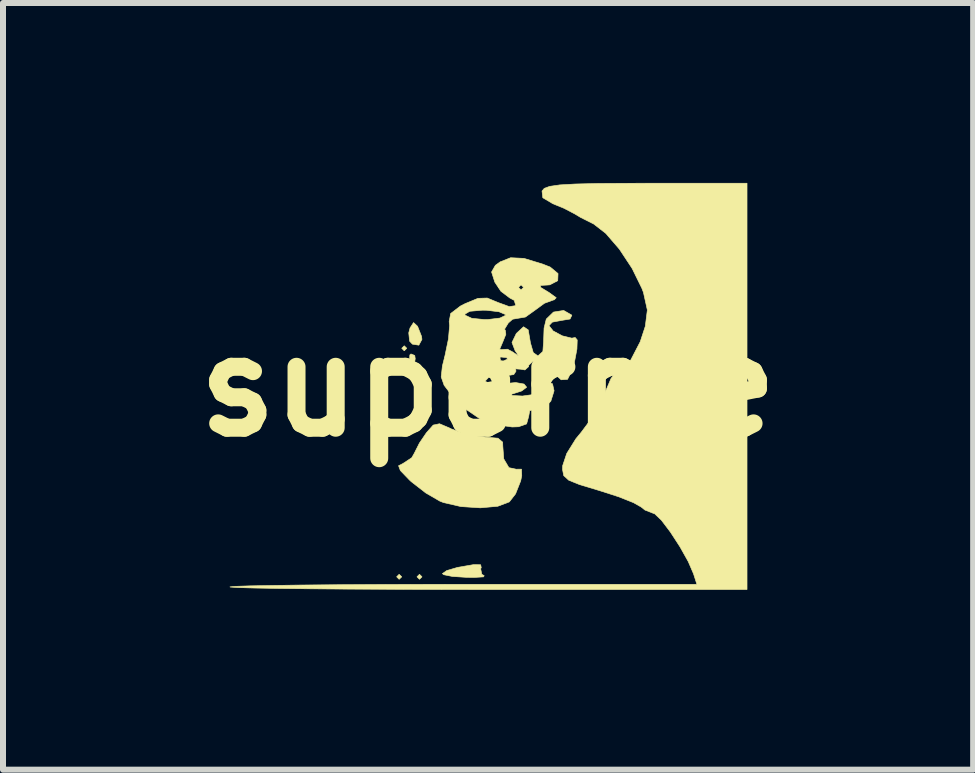
<source format=kicad_pcb>
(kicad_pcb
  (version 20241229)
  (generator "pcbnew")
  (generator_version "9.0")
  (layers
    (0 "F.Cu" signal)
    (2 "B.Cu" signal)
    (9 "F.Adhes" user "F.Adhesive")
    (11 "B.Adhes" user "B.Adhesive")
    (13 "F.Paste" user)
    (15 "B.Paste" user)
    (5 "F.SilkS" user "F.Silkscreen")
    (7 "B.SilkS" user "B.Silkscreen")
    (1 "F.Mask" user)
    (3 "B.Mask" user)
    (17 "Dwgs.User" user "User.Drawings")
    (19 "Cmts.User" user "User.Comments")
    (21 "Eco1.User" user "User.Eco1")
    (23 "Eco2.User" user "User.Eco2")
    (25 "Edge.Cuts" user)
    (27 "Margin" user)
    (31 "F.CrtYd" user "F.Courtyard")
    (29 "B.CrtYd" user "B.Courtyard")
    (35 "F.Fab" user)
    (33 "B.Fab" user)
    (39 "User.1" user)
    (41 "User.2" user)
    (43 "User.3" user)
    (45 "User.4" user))
  (footprint "superme"
    (layer "F.Cu")
    (at 5.087 3.392)
    (property "Reference" "superme" (at 0 0 0) (layer "F.SilkS") (effects (font (size 1.524 1.524) (thickness 0.3))))
    (attr through_hole)
    (fp_poly (pts (xy -1.439 3.175) (xy -1.482 3.217) (xy -1.524 3.175) (xy -1.482 3.133) (xy -1.439 3.175)) (stroke (width 0.01) (type solid)) (fill yes) (layer "F.SilkS"))
    (fp_poly (pts (xy -1.355 -0.635) (xy -1.397 -0.593) (xy -1.439 -0.635) (xy -1.397 -0.677) (xy -1.355 -0.635)) (stroke (width 0.01) (type solid)) (fill yes) (layer "F.SilkS"))
    (fp_poly (pts (xy -1.101 3.175) (xy -1.143 3.217) (xy -1.185 3.175) (xy -1.143 3.133) (xy -1.101 3.175)) (stroke (width 0.01) (type solid)) (fill yes) (layer "F.SilkS"))
    (fp_poly (pts (xy -1.222 -0.516) (xy -1.214 -0.462) (xy -1.232 -0.347) (xy -1.293 -0.394) (xy -1.309 -0.417) (xy -1.304 -0.524) (xy -1.285 -0.541) (xy -1.222 -0.516)) (stroke (width 0.01) (type solid)) (fill yes) (layer "F.SilkS"))
    (fp_poly (pts (xy -1.175 -1.002) (xy -1.109 -0.835) (xy -1.102 -0.783) (xy -1.154 -0.687) (xy -1.261 -0.704) (xy -1.308 -0.754) (xy -1.322 -0.892) (xy -1.301 -0.973) (xy -1.242 -1.064) (xy -1.175 -1.002)) (stroke (width 0.01) (type solid)) (fill yes) (layer "F.SilkS"))
    (fp_poly (pts (xy -0.123 2.974) (xy -0.113 3.023) (xy -0.123 3.041) (xy -0.104 3.133) (xy -0.064 3.156) (xy -0.075 3.176) (xy -0.221 3.185) (xy -0.359 3.184) (xy -0.594 3.169) (xy -0.739 3.14) (xy -0.761 3.122) (xy -0.689 3.071) (xy -0.511 3.019) (xy -0.497 3.016) (xy -0.242 2.972) (xy -0.123 2.974)) (stroke (width 0.01) (type solid)) (fill yes) (layer "F.SilkS"))
    (fp_poly (pts (xy -0.638 0.696) (xy -0.611 0.71) (xy -0.334 0.807) (xy -0.041 0.847) (xy 0.166 0.864) (xy 0.244 0.93) (xy 0.246 0.995) (xy 0.262 1.209) (xy 0.348 1.355) (xy 0.474 1.382) (xy 0.477 1.381) (xy 0.558 1.38) (xy 0.562 1.491) (xy 0.544 1.577) (xy 0.459 1.792) (xy 0.355 1.926) (xy 0.162 1.999) (xy -0.128 2.025) (xy -0.452 2.004) (xy -0.743 1.937) (xy -0.804 1.913) (xy -1.038 1.777) (xy -1.28 1.589) (xy -1.312 1.559) (xy -1.462 1.403) (xy -1.492 1.323) (xy -1.422 1.288) (xy -1.272 1.19) (xy -1.23 1.116) (xy -1.144 0.945) (xy -1.028 0.774) (xy -0.914 0.645) (xy -0.809 0.623) (xy -0.638 0.696)) (stroke (width 0.01) (type solid)) (fill yes) (layer "F.SilkS"))
    (fp_poly (pts (xy 4.318 3.387) (xy -0.014 3.387) (xy -0.851 3.386) (xy -1.633 3.383) (xy -2.344 3.38) (xy -2.97 3.375) (xy -3.493 3.369) (xy -3.9 3.362) (xy -4.173 3.354) (xy -4.297 3.346) (xy -4.303 3.343) (xy -4.212 3.334) (xy -3.969 3.326) (xy -3.59 3.319) (xy -3.093 3.312) (xy -2.495 3.307) (xy -1.813 3.303) (xy -1.063 3.301) (xy -0.389 3.3) (xy 3.482 3.3) (xy 3.426 3.125) (xy 3.338 2.921) (xy 3.2 2.675) (xy 3.041 2.43) (xy 2.891 2.232) (xy 2.779 2.125) (xy 2.756 2.117) (xy 2.616 2.062) (xy 2.554 2.012) (xy 2.425 1.939) (xy 2.182 1.842) (xy 1.875 1.743) (xy 1.839 1.732) (xy 1.527 1.638) (xy 1.346 1.565) (xy 1.262 1.488) (xy 1.242 1.386) (xy 1.244 1.323) (xy 1.312 1.119) (xy 1.465 0.873) (xy 1.557 0.761) (xy 1.756 0.494) (xy 1.914 0.201) (xy 1.955 0.092) (xy 2.051 -0.133) (xy 2.166 -0.277) (xy 2.201 -0.296) (xy 2.379 -0.439) (xy 2.538 -0.746) (xy 2.622 -1.002) (xy 2.656 -1.273) (xy 2.591 -1.567) (xy 2.564 -1.637) (xy 2.402 -1.967) (xy 2.19 -2.288) (xy 1.963 -2.551) (xy 1.759 -2.709) (xy 1.744 -2.716) (xy 1.541 -2.818) (xy 1.439 -2.879) (xy 1.265 -2.97) (xy 1.081 -3.045) (xy 0.913 -3.145) (xy 0.9 -3.257) (xy 0.938 -3.302) (xy 1.029 -3.335) (xy 1.194 -3.359) (xy 1.454 -3.374) (xy 1.83 -3.383) (xy 2.345 -3.386) (xy 2.634 -3.387) (xy 4.318 -3.387) (xy 4.318 3.387)) (stroke (width 0.01) (type solid)) (fill yes) (layer "F.SilkS"))
    (fp_poly (pts (xy 0.6 -2.134) (xy 0.911 -2.039) (xy 1.037 -1.989) (xy 1.167 -1.881) (xy 1.162 -1.762) (xy 1.03 -1.693) (xy 0.995 -1.69) (xy 0.869 -1.683) (xy 0.88 -1.648) (xy 1.016 -1.566) (xy 1.137 -1.478) (xy 1.104 -1.443) (xy 1.095 -1.442) (xy 0.941 -1.386) (xy 0.777 -1.266) (xy 0.623 -1.156) (xy 0.516 -1.138) (xy 0.41 -1.12) (xy 0.338 -1.057) (xy 0.276 -0.955) (xy 0.289 -0.931) (xy 0.297 -0.868) (xy 0.246 -0.741) (xy 0.195 -0.622) (xy 0.214 -0.613) (xy 0.325 -0.62) (xy 0.416 -0.571) (xy 0.505 -0.508) (xy 0.476 -0.561) (xy 0.452 -0.593) (xy 0.399 -0.732) (xy 0.472 -0.883) (xy 0.592 -0.994) (xy 0.67 -0.942) (xy 0.707 -0.726) (xy 0.707 -0.725) (xy 0.754 -0.563) (xy 0.832 -0.508) (xy 0.914 -0.582) (xy 0.926 -0.741) (xy 0.934 -0.972) (xy 0.971 -1.122) (xy 1.091 -1.239) (xy 1.261 -1.266) (xy 1.395 -1.189) (xy 1.397 -1.185) (xy 1.367 -1.123) (xy 1.233 -1.101) (xy 1.071 -1.071) (xy 1.016 -1.013) (xy 1.086 -0.924) (xy 1.24 -0.842) (xy 1.397 -0.804) (xy 1.453 -0.815) (xy 1.487 -0.774) (xy 1.482 -0.621) (xy 1.441 -0.405) (xy 1.405 -0.275) (xy 1.325 -0.117) (xy 1.219 -0.11) (xy 1.059 -0.253) (xy 1.058 -0.254) (xy 0.896 -0.383) (xy 0.754 -0.42) (xy 0.68 -0.356) (xy 0.677 -0.33) (xy 0.615 -0.274) (xy 0.546 -0.286) (xy 0.459 -0.292) (xy 0.466 -0.253) (xy 0.429 -0.197) (xy 0.258 -0.17) (xy 0.212 -0.169) (xy 0.009 -0.149) (xy -0.045 -0.091) (xy -0.039 -0.08) (xy 0.077 -0.03) (xy 0.26 -0.044) (xy 0.461 -0.064) (xy 0.6 -0.039) (xy 0.644 0.014) (xy 0.562 0.076) (xy 0.507 0.094) (xy 0.382 0.134) (xy 0.403 0.152) (xy 0.574 0.161) (xy 0.804 0.129) (xy 0.901 0.042) (xy 0.991 -0.075) (xy 1.075 -0.043) (xy 1.101 0.074) (xy 1.047 0.247) (xy 0.924 0.371) (xy 0.787 0.394) (xy 0.766 0.383) (xy 0.695 0.406) (xy 0.677 0.503) (xy 0.643 0.626) (xy 0.51 0.673) (xy 0.402 0.677) (xy 0.122 0.636) (xy -0.127 0.547) (xy -0.354 0.392) (xy -0.577 0.182) (xy -0.602 0.152) (xy -0.732 -0.018) (xy -0.781 -0.158) (xy -0.761 -0.34) (xy -0.726 -0.48) (xy 0.198 -0.48) (xy 0.209 -0.429) (xy 0.254 -0.423) (xy 0.324 -0.454) (xy 0.31 -0.48) (xy 0.21 -0.49) (xy 0.198 -0.48) (xy -0.726 -0.48) (xy -0.716 -0.522) (xy -0.66 -0.792) (xy -0.641 -1.013) (xy -0.648 -1.082) (xy -0.625 -1.204) (xy -0.386 -1.204) (xy -0.381 -1.186) (xy -0.271 -1.135) (xy -0.061 -1.114) (xy 0.001 -1.115) (xy 0.198 -1.139) (xy 0.289 -1.183) (xy 0.288 -1.199) (xy 0.183 -1.244) (xy -0.025 -1.269) (xy -0.095 -1.27) (xy -0.305 -1.252) (xy -0.386 -1.204) (xy -0.625 -1.204) (xy -0.624 -1.214) (xy -0.461 -1.339) (xy -0.383 -1.379) (xy -0.168 -1.468) (xy -0.013 -1.473) (xy 0.165 -1.399) (xy 0.168 -1.398) (xy 0.354 -1.33) (xy 0.46 -1.346) (xy 0.462 -1.349) (xy 0.437 -1.434) (xy 0.361 -1.475) (xy 0.215 -1.585) (xy 0.171 -1.651) (xy 0.508 -1.651) (xy 0.55 -1.609) (xy 0.593 -1.651) (xy 0.55 -1.693) (xy 0.508 -1.651) (xy 0.171 -1.651) (xy 0.113 -1.738) (xy 0.059 -1.907) (xy 0.122 -2.018) (xy 0.202 -2.076) (xy 0.377 -2.145) (xy 0.6 -2.134)) (stroke (width 0.01) (type solid)) (fill yes) (layer "F.SilkS")))
  (gr_rect
    (start -3 -3)
    (end 13.175 9.783)
    (stroke (width 0.1) (type default))
    (fill no)
    (layer "Edge.Cuts")))
</source>
